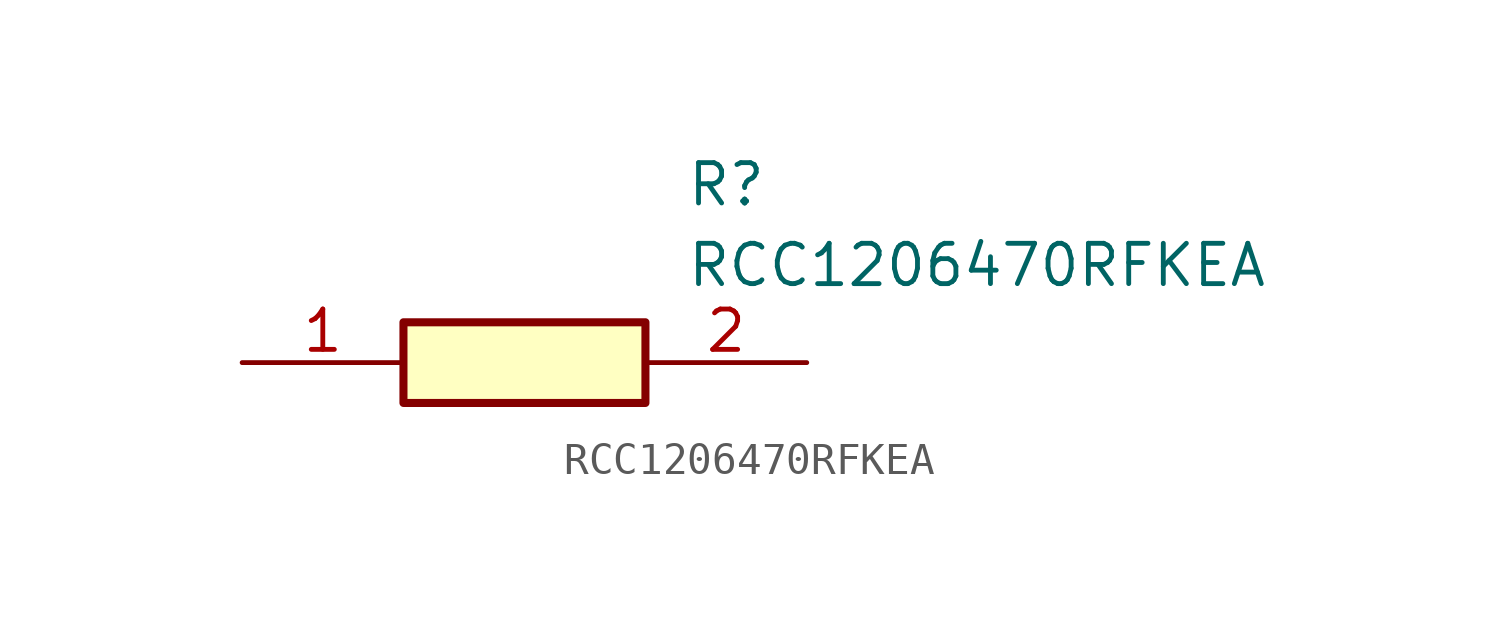
<source format=kicad_sym>
(kicad_symbol_lib
  (version 20211014)
  (generator SamacSys_ECAD_Model)
  (symbol "RCC1206470RFKEA"
    (pin_names hide)
    (property "Reference" "R"
      (at 13.97 6.35 0)
      (effects (font (size 1.27 1.27)) (justify left top)))
    (property "Value" "RCC1206470RFKEA"
      (at 13.97 3.81 0)
      (effects (font (size 1.27 1.27)) (justify left top)))
    (rectangle
      (start 5.08 1.27)
      (end 12.7 -1.27)
      (stroke (width 0.254) (type default))
      (fill (type background)))
    (pin passive line
      (at 0 0 0)
      (length 5.08)
      (name "1" (effects (font (size 1.27 1.27))))
      (number "1" (effects (font (size 1.27 1.27)))))
    (pin passive line
      (at 17.78 0 180)
      (length 5.08)
      (name "2" (effects (font (size 1.27 1.27))))
      (number "2" (effects (font (size 1.27 1.27)))))))
</source>
